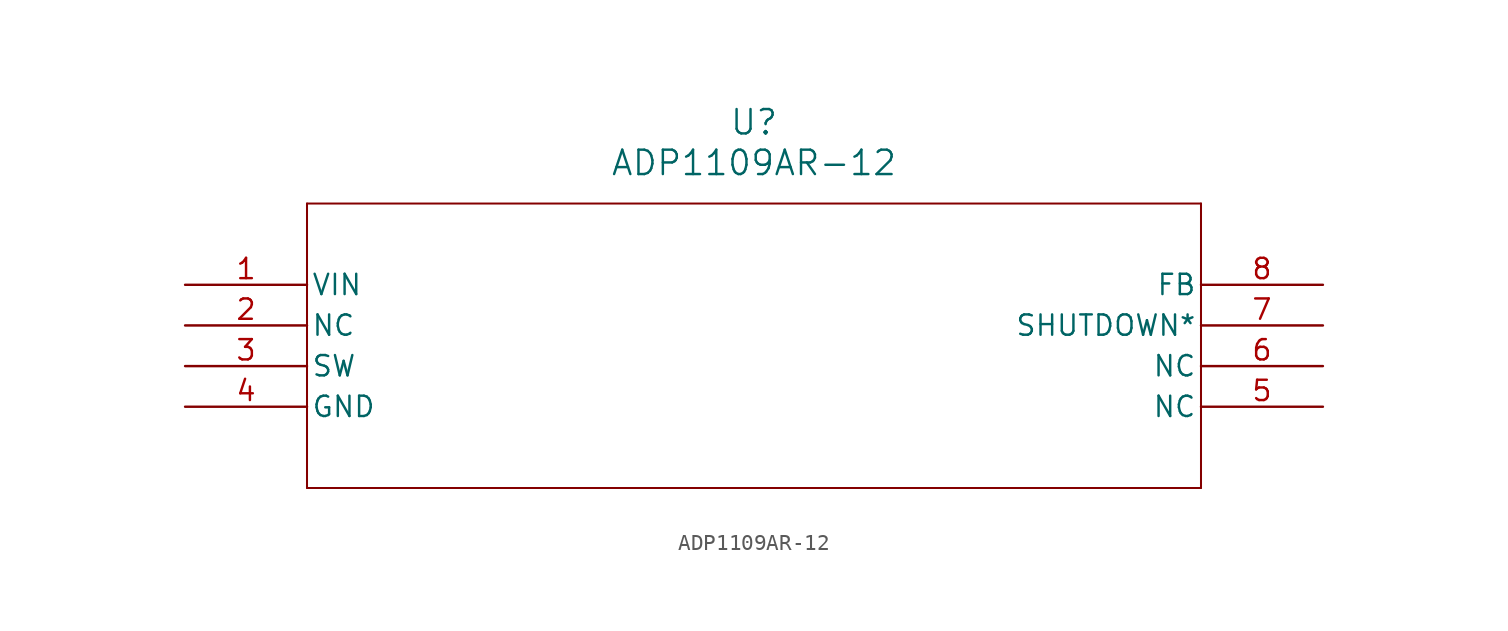
<source format=kicad_sym>
(kicad_symbol_lib
  (version 20211014)
  (generator kicad_symbol_editor)
  (symbol "ADP1109AR-12"
    (pin_names
      (offset 0.254))
    (property "Reference" "U"
      (at 35.56 10.16 0)
      (effects (font (size 1.524 1.524))))
    (property "Value" "ADP1109AR-12"
      (at 35.56 7.62 0)
      (effects (font (size 1.524 1.524))))
    (symbol "ADP1109AR-12_0_1"
      (polyline (pts (xy 7.62 5.08) (xy 7.62 -12.7)) (stroke (width 0.127) (type default) (color 0 0 0 0)) (fill (type none)))
      (polyline (pts (xy 7.62 -12.7) (xy 63.5 -12.7)) (stroke (width 0.127) (type default) (color 0 0 0 0)) (fill (type none)))
      (polyline (pts (xy 63.5 -12.7) (xy 63.5 5.08)) (stroke (width 0.127) (type default) (color 0 0 0 0)) (fill (type none)))
      (polyline (pts (xy 63.5 5.08) (xy 7.62 5.08)) (stroke (width 0.127) (type default) (color 0 0 0 0)) (fill (type none)))
      (pin unspecified line (at 0 0 0) (length 7.62) (name "VIN" (effects (font (size 1.27 1.27)))) (number "1" (effects (font (size 1.27 1.27)))))
      (pin unspecified line (at 0 -2.54 0) (length 7.62) (name "NC" (effects (font (size 1.27 1.27)))) (number "2" (effects (font (size 1.27 1.27)))))
      (pin unspecified line (at 0 -5.08 0) (length 7.62) (name "SW" (effects (font (size 1.27 1.27)))) (number "3" (effects (font (size 1.27 1.27)))))
      (pin unspecified line (at 0 -7.62 0) (length 7.62) (name "GND" (effects (font (size 1.27 1.27)))) (number "4" (effects (font (size 1.27 1.27)))))
      (pin unspecified line (at 71.12 -7.62 180) (length 7.62) (name "NC" (effects (font (size 1.27 1.27)))) (number "5" (effects (font (size 1.27 1.27)))))
      (pin unspecified line (at 71.12 -5.08 180) (length 7.62) (name "NC" (effects (font (size 1.27 1.27)))) (number "6" (effects (font (size 1.27 1.27)))))
      (pin unspecified line (at 71.12 -2.54 180) (length 7.62) (name "SHUTDOWN*" (effects (font (size 1.27 1.27)))) (number "7" (effects (font (size 1.27 1.27)))))
      (pin unspecified line (at 71.12 0 180) (length 7.62) (name "FB" (effects (font (size 1.27 1.27)))) (number "8" (effects (font (size 1.27 1.27))))))))
</source>
